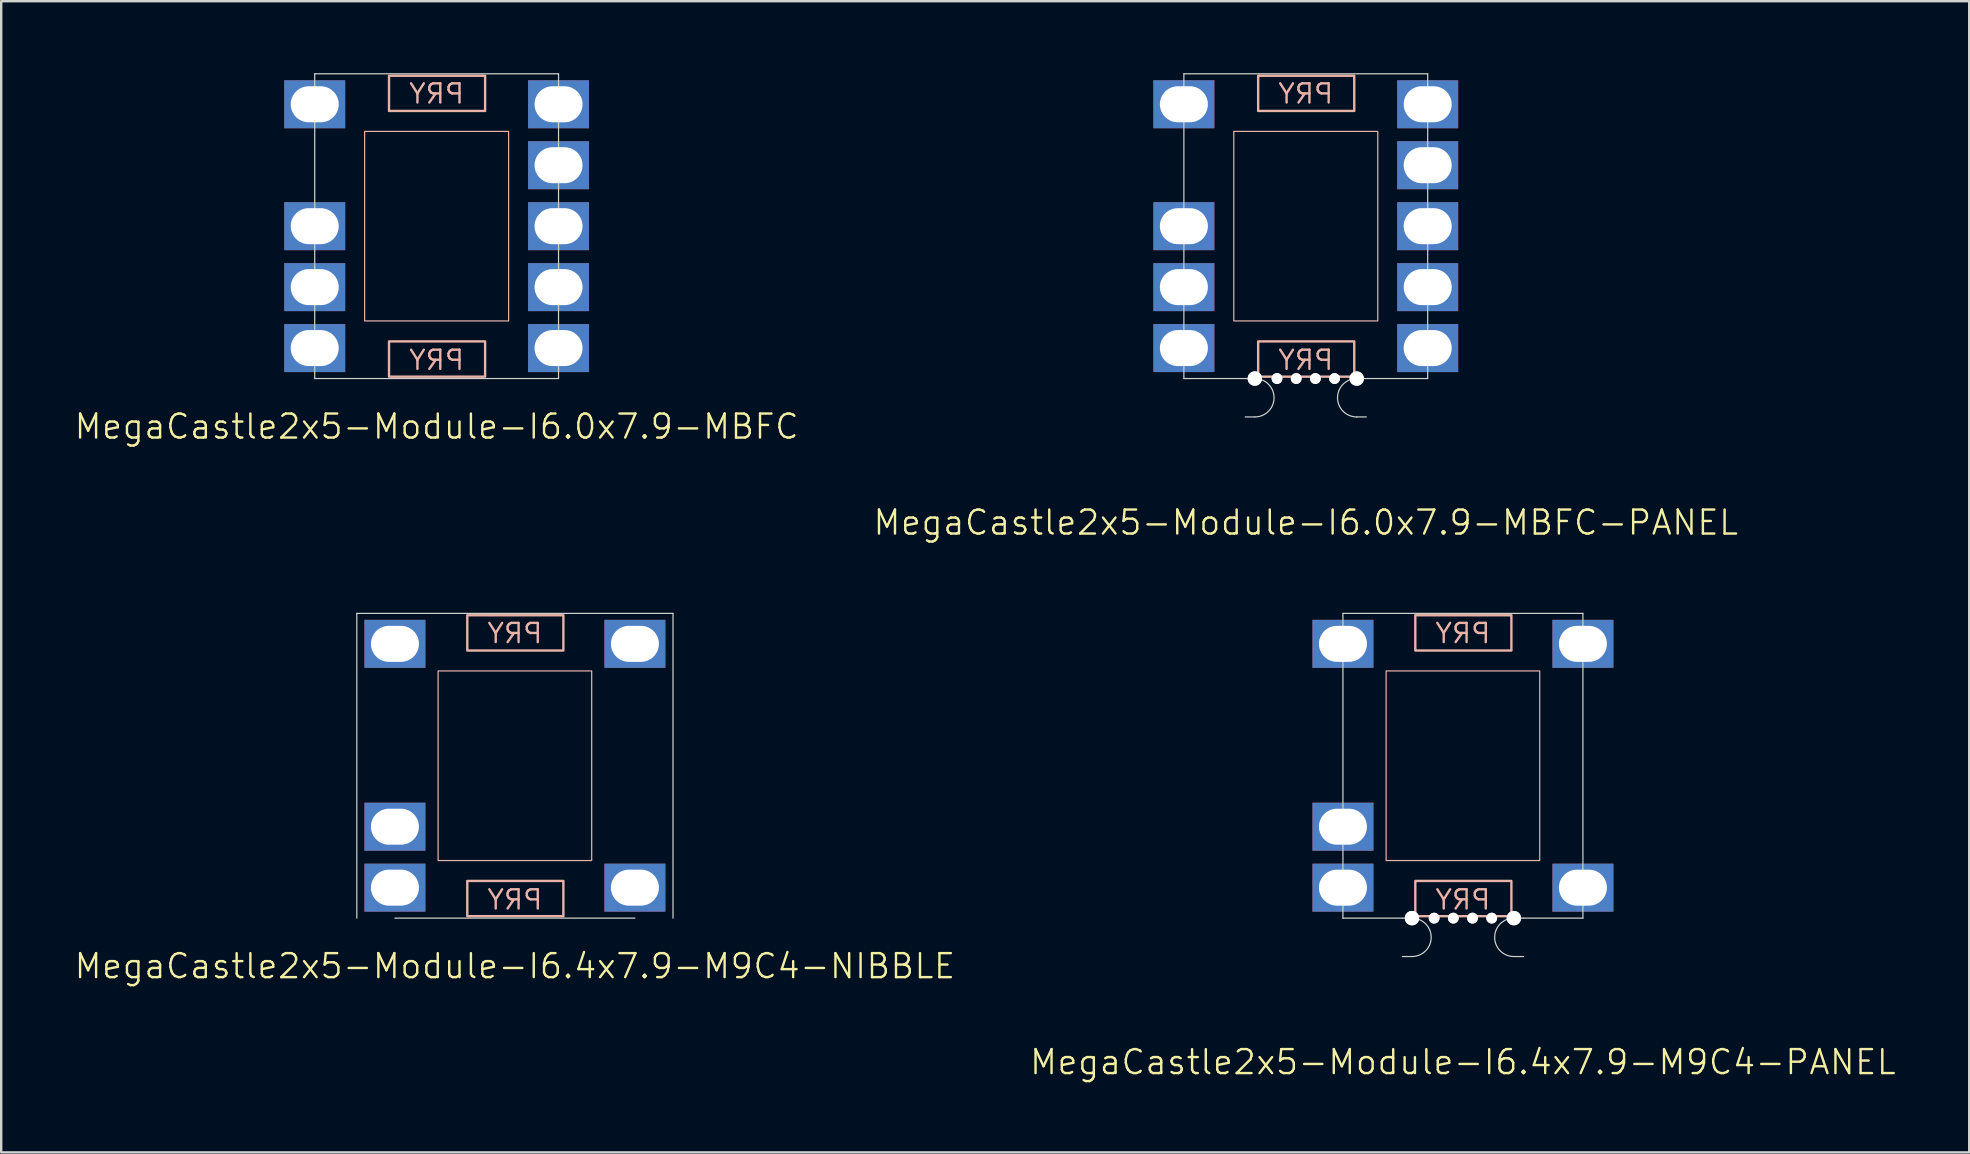
<source format=kicad_pcb>
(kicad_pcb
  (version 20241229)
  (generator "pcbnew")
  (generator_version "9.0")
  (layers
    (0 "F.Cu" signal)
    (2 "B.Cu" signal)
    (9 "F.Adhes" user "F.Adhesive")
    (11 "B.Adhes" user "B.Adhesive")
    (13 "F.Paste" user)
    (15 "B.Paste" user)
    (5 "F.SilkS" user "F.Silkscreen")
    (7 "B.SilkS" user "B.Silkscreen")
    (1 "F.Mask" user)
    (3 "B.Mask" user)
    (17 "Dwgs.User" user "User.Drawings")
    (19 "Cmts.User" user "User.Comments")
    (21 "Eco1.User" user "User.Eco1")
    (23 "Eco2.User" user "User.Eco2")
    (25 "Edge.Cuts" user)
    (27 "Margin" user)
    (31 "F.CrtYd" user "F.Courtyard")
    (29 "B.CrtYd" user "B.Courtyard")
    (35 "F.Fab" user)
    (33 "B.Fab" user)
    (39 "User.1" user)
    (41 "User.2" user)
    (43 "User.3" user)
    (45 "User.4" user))
  (footprint "MegaCastle2x5-Module-I6.4x7.9-M9C4-PANEL"
    (layer "F.Cu")
    (at 57.912 28.86)
    (property "Reference" "MegaCastle2x5-Module-I6.4x7.9-M9C4-PANEL" (at 0 12.35 0) (unlocked yes) (layer "F.SilkS") (effects (font (size 1 1) (thickness 0.1))))
    (attr smd)
    (fp_rect (start -3.2 3.95) (end 3.2 -3.95) (stroke (width 0.05) (type default)) (fill no) (layer "B.SilkS"))
    (fp_rect (start -1.984 -4.801) (end 2.02 -6.27) (stroke (width 0.1) (type default)) (fill no) (layer "B.SilkS"))
    (fp_rect (start -1.984 4.801) (end 2.02 6.27) (stroke (width 0.1) (type default)) (fill no) (layer "B.SilkS"))
    (fp_line (start -5 -6.35) (end -5 6.35) (stroke (width 0.05) (type default)) (layer "Edge.Cuts"))
    (fp_line (start -5 -6.35) (end 5 -6.35) (stroke (width 0.05) (type default)) (layer "Edge.Cuts"))
    (fp_line (start -5 6.35) (end -2.522 6.35) (stroke (width 0.05) (type default)) (layer "Edge.Cuts"))
    (fp_line (start -2.522 6.35) (end -2.123 6.35) (stroke (width 0.05) (type default)) (layer "Edge.Cuts"))
    (fp_line (start -2.522 7.95) (end -2.123 7.95) (stroke (width 0.05) (type default)) (layer "Edge.Cuts"))
    (fp_line (start 2.522 6.35) (end 2.123 6.35) (stroke (width 0.05) (type default)) (layer "Edge.Cuts"))
    (fp_line (start 2.522 6.35) (end 5 6.35) (stroke (width 0.05) (type default)) (layer "Edge.Cuts"))
    (fp_line (start 2.522 7.95) (end 2.123 7.95) (stroke (width 0.05) (type default)) (layer "Edge.Cuts"))
    (fp_line (start 5 -6.35) (end 5 6.35) (stroke (width 0.05) (type default)) (layer "Edge.Cuts"))
    (fp_arc (start -2.1225 6.35) (mid -1.3225 7.15) (end -2.1225 7.95) (stroke (width 0.05) (type default)) (layer "Edge.Cuts"))
    (fp_arc (start 2.1225 7.95) (mid 1.3225 7.15) (end 2.1225 6.35) (stroke (width 0.05) (type default)) (layer "Edge.Cuts"))
    (fp_text user "PRY" (at 0 -5.05 0) (unlocked yes) (layer "B.SilkS") (effects (font (size 0.8 0.8) (thickness 0.1)) (justify bottom mirror)))
    (fp_text user "PRY" (at 0 6.05 0) (unlocked yes) (layer "B.SilkS") (effects (font (size 0.8 0.8) (thickness 0.1)) (justify bottom mirror)))
    (pad "" np_thru_hole circle (at -2.123 6.35) (size 0.6 0.6) (drill 0.6) (layers "*.Cu" "Edge.Cuts"))
    (pad "" np_thru_hole circle (at -1.2 6.35) (size 0.45 0.45) (drill 0.45) (layers "*.Cu" "Edge.Cuts"))
    (pad "" np_thru_hole circle (at -0.4 6.35) (size 0.45 0.45) (drill 0.45) (layers "*.Cu" "Edge.Cuts"))
    (pad "" np_thru_hole circle (at 0.4 6.35) (size 0.45 0.45) (drill 0.45) (layers "*.Cu" "Edge.Cuts"))
    (pad "" np_thru_hole circle (at 1.2 6.35) (size 0.45 0.45) (drill 0.45) (layers "*.Cu" "Edge.Cuts"))
    (pad "" np_thru_hole circle (at 2.123 6.35) (size 0.6 0.6) (drill 0.6) (layers "*.Cu" "Edge.Cuts"))
    (pad "1" thru_hole rect (at -5 -5.08) (size 2.54 2) (drill oval 2 1.5) (property pad_prop_castellated) (layers "*.Cu" "*.Mask"))
    (pad "4" thru_hole rect (at -5 2.54) (size 2.54 2) (drill oval 2 1.5) (property pad_prop_castellated) (layers "*.Cu" "*.Mask"))
    (pad "5" thru_hole rect (at -5 5.08) (size 2.54 2) (drill oval 2 1.5) (property pad_prop_castellated) (layers "*.Cu" "*.Mask"))
    (pad "6" thru_hole rect (at 5 -5.08) (size 2.54 2) (drill oval 2 1.5) (property pad_prop_castellated) (layers "*.Cu" "*.Mask"))
    (pad "10" thru_hole rect (at 5 5.08) (size 2.54 2) (drill oval 2 1.5) (property pad_prop_castellated) (layers "*.Cu" "*.Mask"))
    (zone (net_name "") (layer "B.Cu") (hatch edge 0.5) (connect_pads) (min_thickness 0.25) (filled_areas_thickness no) (keepout (tracks allowed) (vias allowed) (pads allowed) (copperpour allowed) (footprints not_allowed)) (placement (enabled no)) (fill) (polygon (pts (xy 52.912 35.211) (xy 52.912 22.511) (xy 54.712 22.511) (xy 54.712 35.211))))
    (zone (net_name "") (layer "B.Cu") (hatch edge 0.5) (connect_pads) (min_thickness 0.25) (filled_areas_thickness no) (keepout (tracks allowed) (vias allowed) (pads allowed) (copperpour allowed) (footprints not_allowed)) (placement (enabled no)) (fill) (polygon (pts (xy 54.712 22.511) (xy 54.712 24.91) (xy 61.112 24.91) (xy 61.112 22.511))))
    (zone (net_name "") (layer "B.Cu") (hatch edge 0.5) (connect_pads) (min_thickness 0.25) (filled_areas_thickness no) (keepout (tracks allowed) (vias allowed) (pads allowed) (copperpour allowed) (footprints not_allowed)) (placement (enabled no)) (fill) (polygon (pts (xy 54.712 35.211) (xy 54.712 32.81) (xy 61.112 32.81) (xy 61.112 35.211))))
    (zone (net_name "") (layer "B.Cu") (name "Upper Pry Zone") (hatch edge 0.5) (connect_pads) (min_thickness 0.25) (filled_areas_thickness no) (keepout (tracks not_allowed) (vias not_allowed) (pads not_allowed) (copperpour allowed) (footprints not_allowed)) (placement (enabled no)) (fill) (polygon (pts (xy 55.928 24.059) (xy 55.928 22.59) (xy 59.931 22.59) (xy 59.931 24.059))))
    (zone (net_name "") (layer "B.Cu") (name "Upper Pry Zone") (hatch edge 0.5) (connect_pads) (min_thickness 0.25) (filled_areas_thickness no) (keepout (tracks not_allowed) (vias not_allowed) (pads not_allowed) (copperpour allowed) (footprints not_allowed)) (placement (enabled no)) (fill) (polygon (pts (xy 55.928 33.662) (xy 55.928 35.13) (xy 59.931 35.13) (xy 59.931 33.662))))
    (zone (net_name "") (layer "B.Cu") (hatch edge 0.5) (connect_pads) (min_thickness 0.25) (filled_areas_thickness no) (keepout (tracks allowed) (vias allowed) (pads allowed) (copperpour allowed) (footprints not_allowed)) (placement (enabled no)) (fill) (polygon (pts (xy 62.912 35.211) (xy 62.912 22.511) (xy 61.112 22.511) (xy 61.112 35.211)))))
  (footprint "MegaCastle2x5-Module-I6.4x7.9-M9C4-NIBBLE"
    (layer "F.Cu")
    (at 18.407 28.86)
    (property "Reference" "MegaCastle2x5-Module-I6.4x7.9-M9C4-NIBBLE" (at 0 8.35 0) (unlocked yes) (layer "F.SilkS") (effects (font (size 1 1) (thickness 0.1))))
    (attr smd)
    (fp_rect (start -3.2 3.95) (end 3.2 -3.95) (stroke (width 0.05) (type default)) (fill no) (layer "B.SilkS"))
    (fp_rect (start -1.984 -4.801) (end 2.02 -6.27) (stroke (width 0.1) (type default)) (fill no) (layer "B.SilkS"))
    (fp_rect (start -1.984 4.801) (end 2.02 6.27) (stroke (width 0.1) (type default)) (fill no) (layer "B.SilkS"))
    (fp_line (start -6.588 -6.35) (end -6.588 6.35) (stroke (width 0.05) (type default)) (layer "Edge.Cuts"))
    (fp_line (start -6.588 -6.35) (end 6.588 -6.35) (stroke (width 0.05) (type default)) (layer "Edge.Cuts"))
    (fp_line (start -5 6.35) (end 5 6.35) (stroke (width 0.05) (type default)) (layer "Edge.Cuts"))
    (fp_line (start 6.588 -6.35) (end 6.588 6.35) (stroke (width 0.05) (type default)) (layer "Edge.Cuts"))
    (fp_text user "PRY" (at 0 -5.05 0) (unlocked yes) (layer "B.SilkS") (effects (font (size 0.8 0.8) (thickness 0.1)) (justify bottom mirror)))
    (fp_text user "PRY" (at 0 6.05 0) (unlocked yes) (layer "B.SilkS") (effects (font (size 0.8 0.8) (thickness 0.1)) (justify bottom mirror)))
    (pad "1" thru_hole rect (at -5 -5.08) (size 2.54 2) (drill oval 2 1.5) (property pad_prop_castellated) (layers "*.Cu" "*.Mask"))
    (pad "4" thru_hole rect (at -5 2.54) (size 2.54 2) (drill oval 2 1.5) (property pad_prop_castellated) (layers "*.Cu" "*.Mask"))
    (pad "5" thru_hole rect (at -5 5.08) (size 2.54 2) (drill oval 2 1.5) (property pad_prop_castellated) (layers "*.Cu" "*.Mask"))
    (pad "6" thru_hole rect (at 5 -5.08) (size 2.54 2) (drill oval 2 1.5) (property pad_prop_castellated) (layers "*.Cu" "*.Mask"))
    (pad "10" thru_hole rect (at 5 5.08) (size 2.54 2) (drill oval 2 1.5) (property pad_prop_castellated) (layers "*.Cu" "*.Mask"))
    (zone (net_name "") (layer "B.Cu") (hatch edge 0.5) (connect_pads) (min_thickness 0.25) (filled_areas_thickness no) (keepout (tracks allowed) (vias allowed) (pads allowed) (copperpour allowed) (footprints not_allowed)) (placement (enabled no)) (fill) (polygon (pts (xy 13.407 35.211) (xy 13.407 22.511) (xy 15.207 22.511) (xy 15.207 35.211))))
    (zone (net_name "") (layer "B.Cu") (hatch edge 0.5) (connect_pads) (min_thickness 0.25) (filled_areas_thickness no) (keepout (tracks allowed) (vias allowed) (pads allowed) (copperpour allowed) (footprints not_allowed)) (placement (enabled no)) (fill) (polygon (pts (xy 15.207 22.511) (xy 15.207 24.91) (xy 21.607 24.91) (xy 21.607 22.511))))
    (zone (net_name "") (layer "B.Cu") (hatch edge 0.5) (connect_pads) (min_thickness 0.25) (filled_areas_thickness no) (keepout (tracks allowed) (vias allowed) (pads allowed) (copperpour allowed) (footprints not_allowed)) (placement (enabled no)) (fill) (polygon (pts (xy 15.207 35.211) (xy 15.207 32.81) (xy 21.607 32.81) (xy 21.607 35.211))))
    (zone (net_name "") (layer "B.Cu") (name "Upper Pry Zone") (hatch edge 0.5) (connect_pads) (min_thickness 0.25) (filled_areas_thickness no) (keepout (tracks not_allowed) (vias not_allowed) (pads not_allowed) (copperpour allowed) (footprints not_allowed)) (placement (enabled no)) (fill) (polygon (pts (xy 16.423 24.059) (xy 16.423 22.59) (xy 20.427 22.59) (xy 20.427 24.059))))
    (zone (net_name "") (layer "B.Cu") (name "Upper Pry Zone") (hatch edge 0.5) (connect_pads) (min_thickness 0.25) (filled_areas_thickness no) (keepout (tracks not_allowed) (vias not_allowed) (pads not_allowed) (copperpour allowed) (footprints not_allowed)) (placement (enabled no)) (fill) (polygon (pts (xy 16.423 33.662) (xy 16.423 35.13) (xy 20.427 35.13) (xy 20.427 33.662))))
    (zone (net_name "") (layer "B.Cu") (hatch edge 0.5) (connect_pads) (min_thickness 0.25) (filled_areas_thickness no) (keepout (tracks allowed) (vias allowed) (pads allowed) (copperpour allowed) (footprints not_allowed)) (placement (enabled no)) (fill) (polygon (pts (xy 23.407 35.211) (xy 23.407 22.511) (xy 21.607 22.511) (xy 21.607 35.211)))))
  (footprint "MegaCastle2x5-Module-I6.0x7.9-MBFC"
    (layer "F.Cu")
    (at 15.145 6.375)
    (property "Reference" "MegaCastle2x5-Module-I6.0x7.9-MBFC" (at 0 8.35 0) (unlocked yes) (layer "F.SilkS") (effects (font (size 1 1) (thickness 0.1))))
    (attr smd)
    (fp_rect (start -3 3.95) (end 3 -3.95) (stroke (width 0.05) (type default)) (fill no) (layer "B.SilkS"))
    (fp_rect (start -1.984 -4.801) (end 2.02 -6.27) (stroke (width 0.1) (type default)) (fill no) (layer "B.SilkS"))
    (fp_rect (start -1.984 4.801) (end 2.02 6.27) (stroke (width 0.1) (type default)) (fill no) (layer "B.SilkS"))
    (fp_line (start -5.08 -6.35) (end -5.08 6.35) (stroke (width 0.05) (type default)) (layer "Edge.Cuts"))
    (fp_line (start -5.08 -6.35) (end 5.08 -6.35) (stroke (width 0.05) (type default)) (layer "Edge.Cuts"))
    (fp_line (start -5.08 6.35) (end 5.08 6.35) (stroke (width 0.05) (type default)) (layer "Edge.Cuts"))
    (fp_line (start 5.08 -6.35) (end 5.08 6.35) (stroke (width 0.05) (type default)) (layer "Edge.Cuts"))
    (fp_text user "PRY" (at 0 6.05 0) (unlocked yes) (layer "B.SilkS") (effects (font (size 0.8 0.8) (thickness 0.1)) (justify bottom mirror)))
    (fp_text user "PRY" (at 0 -5.05 0) (unlocked yes) (layer "B.SilkS") (effects (font (size 0.8 0.8) (thickness 0.1)) (justify bottom mirror)))
    (pad "1" thru_hole rect (at -5.08 -5.08) (size 2.54 2) (drill oval 2 1.5) (property pad_prop_castellated) (layers "*.Cu" "*.Mask"))
    (pad "3" thru_hole rect (at -5.08 0) (size 2.54 2) (drill oval 2 1.5) (property pad_prop_castellated) (layers "*.Cu" "*.Mask"))
    (pad "4" thru_hole rect (at -5.08 2.54) (size 2.54 2) (drill oval 2 1.5) (property pad_prop_castellated) (layers "*.Cu" "*.Mask"))
    (pad "5" thru_hole rect (at -5.08 5.08) (size 2.54 2) (drill oval 2 1.5) (property pad_prop_castellated) (layers "*.Cu" "*.Mask"))
    (pad "6" thru_hole rect (at 5.08 -5.08) (size 2.54 2) (drill oval 2 1.5) (property pad_prop_castellated) (layers "*.Cu" "*.Mask"))
    (pad "7" thru_hole rect (at 5.08 -2.54) (size 2.54 2) (drill oval 2 1.5) (property pad_prop_castellated) (layers "*.Cu" "*.Mask"))
    (pad "8" thru_hole rect (at 5.08 0) (size 2.54 2) (drill oval 2 1.5) (property pad_prop_castellated) (layers "*.Cu" "*.Mask"))
    (pad "9" thru_hole rect (at 5.08 2.54) (size 2.54 2) (drill oval 2 1.5) (property pad_prop_castellated) (layers "*.Cu" "*.Mask"))
    (pad "10" thru_hole rect (at 5.08 5.08) (size 2.54 2) (drill oval 2 1.5) (property pad_prop_castellated) (layers "*.Cu" "*.Mask"))
    (zone (net_name "") (layer "B.Cu") (hatch edge 0.5) (connect_pads) (min_thickness 0.25) (filled_areas_thickness no) (keepout (tracks allowed) (vias allowed) (pads allowed) (copperpour allowed) (footprints not_allowed)) (placement (enabled no)) (fill) (polygon (pts (xy 10.065 12.725) (xy 10.065 0.025) (xy 12.145 0.025) (xy 12.145 12.725))))
    (zone (net_name "") (layer "B.Cu") (hatch edge 0.5) (connect_pads) (min_thickness 0.25) (filled_areas_thickness no) (keepout (tracks allowed) (vias allowed) (pads allowed) (copperpour allowed) (footprints not_allowed)) (placement (enabled no)) (fill) (polygon (pts (xy 12.145 0.025) (xy 12.145 2.425) (xy 18.145 2.425) (xy 18.145 0.025))))
    (zone (net_name "") (layer "B.Cu") (hatch edge 0.5) (connect_pads) (min_thickness 0.25) (filled_areas_thickness no) (keepout (tracks allowed) (vias allowed) (pads allowed) (copperpour allowed) (footprints not_allowed)) (placement (enabled no)) (fill) (polygon (pts (xy 12.145 12.725) (xy 12.145 10.325) (xy 18.145 10.325) (xy 18.145 12.725))))
    (zone (net_name "") (layer "B.Cu") (name "Upper Pry Zone") (hatch edge 0.5) (connect_pads) (min_thickness 0.25) (filled_areas_thickness no) (keepout (tracks not_allowed) (vias not_allowed) (pads not_allowed) (copperpour allowed) (footprints not_allowed)) (placement (enabled no)) (fill) (polygon (pts (xy 13.161 1.574) (xy 13.161 0.105) (xy 17.165 0.105) (xy 17.165 1.574))))
    (zone (net_name "") (layer "B.Cu") (name "Upper Pry Zone") (hatch edge 0.5) (connect_pads) (min_thickness 0.25) (filled_areas_thickness no) (keepout (tracks not_allowed) (vias not_allowed) (pads not_allowed) (copperpour allowed) (footprints not_allowed)) (placement (enabled no)) (fill) (polygon (pts (xy 13.161 11.176) (xy 13.161 12.645) (xy 17.165 12.645) (xy 17.165 11.176))))
    (zone (net_name "") (layer "B.Cu") (hatch edge 0.5) (connect_pads) (min_thickness 0.25) (filled_areas_thickness no) (keepout (tracks allowed) (vias allowed) (pads allowed) (copperpour allowed) (footprints not_allowed)) (placement (enabled no)) (fill) (polygon (pts (xy 20.225 12.725) (xy 20.225 0.025) (xy 18.145 0.025) (xy 18.145 12.725)))))
  (footprint "MegaCastle2x5-Module-I6.0x7.9-MBFC-PANEL"
    (layer "F.Cu")
    (at 51.364 6.375)
    (property "Reference" "MegaCastle2x5-Module-I6.0x7.9-MBFC-PANEL" (at 0 12.35 0) (unlocked yes) (layer "F.SilkS") (effects (font (size 1 1) (thickness 0.1))))
    (attr smd)
    (fp_rect (start -3 3.95) (end 3 -3.95) (stroke (width 0.05) (type default)) (fill no) (layer "B.SilkS"))
    (fp_rect (start -1.984 -4.801) (end 2.02 -6.27) (stroke (width 0.1) (type default)) (fill no) (layer "B.SilkS"))
    (fp_rect (start -1.984 4.801) (end 2.02 6.27) (stroke (width 0.1) (type default)) (fill no) (layer "B.SilkS"))
    (fp_line (start -5.08 -6.35) (end -5.08 6.35) (stroke (width 0.05) (type default)) (layer "Edge.Cuts"))
    (fp_line (start -5.08 -6.35) (end 5.08 -6.35) (stroke (width 0.05) (type default)) (layer "Edge.Cuts"))
    (fp_line (start -5.08 6.35) (end -2.522 6.35) (stroke (width 0.05) (type default)) (layer "Edge.Cuts"))
    (fp_line (start -2.522 6.35) (end -2.123 6.35) (stroke (width 0.05) (type default)) (layer "Edge.Cuts"))
    (fp_line (start -2.522 7.95) (end -2.123 7.95) (stroke (width 0.05) (type default)) (layer "Edge.Cuts"))
    (fp_line (start 2.522 6.35) (end 2.123 6.35) (stroke (width 0.05) (type default)) (layer "Edge.Cuts"))
    (fp_line (start 2.522 6.35) (end 5.08 6.35) (stroke (width 0.05) (type default)) (layer "Edge.Cuts"))
    (fp_line (start 2.522 7.95) (end 2.123 7.95) (stroke (width 0.05) (type default)) (layer "Edge.Cuts"))
    (fp_line (start 5.08 -6.35) (end 5.08 6.35) (stroke (width 0.05) (type default)) (layer "Edge.Cuts"))
    (fp_arc (start -2.1225 6.35) (mid -1.3225 7.15) (end -2.1225 7.95) (stroke (width 0.05) (type default)) (layer "Edge.Cuts"))
    (fp_arc (start 2.1225 7.95) (mid 1.3225 7.15) (end 2.1225 6.35) (stroke (width 0.05) (type default)) (layer "Edge.Cuts"))
    (fp_text user "PRY" (at 0 6.05 0) (unlocked yes) (layer "B.SilkS") (effects (font (size 0.8 0.8) (thickness 0.1)) (justify bottom mirror)))
    (fp_text user "PRY" (at 0 -5.05 0) (unlocked yes) (layer "B.SilkS") (effects (font (size 0.8 0.8) (thickness 0.1)) (justify bottom mirror)))
    (pad "" np_thru_hole circle (at -2.123 6.35) (size 0.6 0.6) (drill 0.6) (layers "*.Cu" "Edge.Cuts"))
    (pad "" np_thru_hole circle (at -1.2 6.35) (size 0.45 0.45) (drill 0.45) (layers "*.Cu" "Edge.Cuts"))
    (pad "" np_thru_hole circle (at -0.4 6.35) (size 0.45 0.45) (drill 0.45) (layers "*.Cu" "Edge.Cuts"))
    (pad "" np_thru_hole circle (at 0.4 6.35) (size 0.45 0.45) (drill 0.45) (layers "*.Cu" "Edge.Cuts"))
    (pad "" np_thru_hole circle (at 1.2 6.35) (size 0.45 0.45) (drill 0.45) (layers "*.Cu" "Edge.Cuts"))
    (pad "" np_thru_hole circle (at 2.123 6.35) (size 0.6 0.6) (drill 0.6) (layers "*.Cu" "Edge.Cuts"))
    (pad "1" thru_hole rect (at -5.08 -5.08) (size 2.54 2) (drill oval 2 1.5) (property pad_prop_castellated) (layers "*.Cu" "*.Mask"))
    (pad "3" thru_hole rect (at -5.08 0) (size 2.54 2) (drill oval 2 1.5) (property pad_prop_castellated) (layers "*.Cu" "*.Mask"))
    (pad "4" thru_hole rect (at -5.08 2.54) (size 2.54 2) (drill oval 2 1.5) (property pad_prop_castellated) (layers "*.Cu" "*.Mask"))
    (pad "5" thru_hole rect (at -5.08 5.08) (size 2.54 2) (drill oval 2 1.5) (property pad_prop_castellated) (layers "*.Cu" "*.Mask"))
    (pad "6" thru_hole rect (at 5.08 -5.08) (size 2.54 2) (drill oval 2 1.5) (property pad_prop_castellated) (layers "*.Cu" "*.Mask"))
    (pad "7" thru_hole rect (at 5.08 -2.54) (size 2.54 2) (drill oval 2 1.5) (property pad_prop_castellated) (layers "*.Cu" "*.Mask"))
    (pad "8" thru_hole rect (at 5.08 0) (size 2.54 2) (drill oval 2 1.5) (property pad_prop_castellated) (layers "*.Cu" "*.Mask"))
    (pad "9" thru_hole rect (at 5.08 2.54) (size 2.54 2) (drill oval 2 1.5) (property pad_prop_castellated) (layers "*.Cu" "*.Mask"))
    (pad "10" thru_hole rect (at 5.08 5.08) (size 2.54 2) (drill oval 2 1.5) (property pad_prop_castellated) (layers "*.Cu" "*.Mask"))
    (zone (net_name "") (layer "B.Cu") (hatch edge 0.5) (connect_pads) (min_thickness 0.25) (filled_areas_thickness no) (keepout (tracks allowed) (vias allowed) (pads allowed) (copperpour allowed) (footprints not_allowed)) (placement (enabled no)) (fill) (polygon (pts (xy 46.284 12.725) (xy 46.284 0.025) (xy 48.364 0.025) (xy 48.364 12.725))))
    (zone (net_name "") (layer "B.Cu") (hatch edge 0.5) (connect_pads) (min_thickness 0.25) (filled_areas_thickness no) (keepout (tracks allowed) (vias allowed) (pads allowed) (copperpour allowed) (footprints not_allowed)) (placement (enabled no)) (fill) (polygon (pts (xy 48.364 0.025) (xy 48.364 2.425) (xy 54.364 2.425) (xy 54.364 0.025))))
    (zone (net_name "") (layer "B.Cu") (hatch edge 0.5) (connect_pads) (min_thickness 0.25) (filled_areas_thickness no) (keepout (tracks allowed) (vias allowed) (pads allowed) (copperpour allowed) (footprints not_allowed)) (placement (enabled no)) (fill) (polygon (pts (xy 48.364 12.725) (xy 48.364 10.325) (xy 54.364 10.325) (xy 54.364 12.725))))
    (zone (net_name "") (layer "B.Cu") (name "Upper Pry Zone") (hatch edge 0.5) (connect_pads) (min_thickness 0.25) (filled_areas_thickness no) (keepout (tracks not_allowed) (vias not_allowed) (pads not_allowed) (copperpour allowed) (footprints not_allowed)) (placement (enabled no)) (fill) (polygon (pts (xy 49.38 1.574) (xy 49.38 0.105) (xy 53.384 0.105) (xy 53.384 1.574))))
    (zone (net_name "") (layer "B.Cu") (name "Upper Pry Zone") (hatch edge 0.5) (connect_pads) (min_thickness 0.25) (filled_areas_thickness no) (keepout (tracks not_allowed) (vias not_allowed) (pads not_allowed) (copperpour allowed) (footprints not_allowed)) (placement (enabled no)) (fill) (polygon (pts (xy 49.38 11.176) (xy 49.38 12.645) (xy 53.384 12.645) (xy 53.384 11.176))))
    (zone (net_name "") (layer "B.Cu") (hatch edge 0.5) (connect_pads) (min_thickness 0.25) (filled_areas_thickness no) (keepout (tracks allowed) (vias allowed) (pads allowed) (copperpour allowed) (footprints not_allowed)) (placement (enabled no)) (fill) (polygon (pts (xy 56.444 12.725) (xy 56.444 0.025) (xy 54.364 0.025) (xy 54.364 12.725)))))
  (gr_rect
    (start -3 -3)
    (end 79.01 44.971)
    (stroke (width 0.1) (type default))
    (fill no)
    (layer "Edge.Cuts")))
</source>
